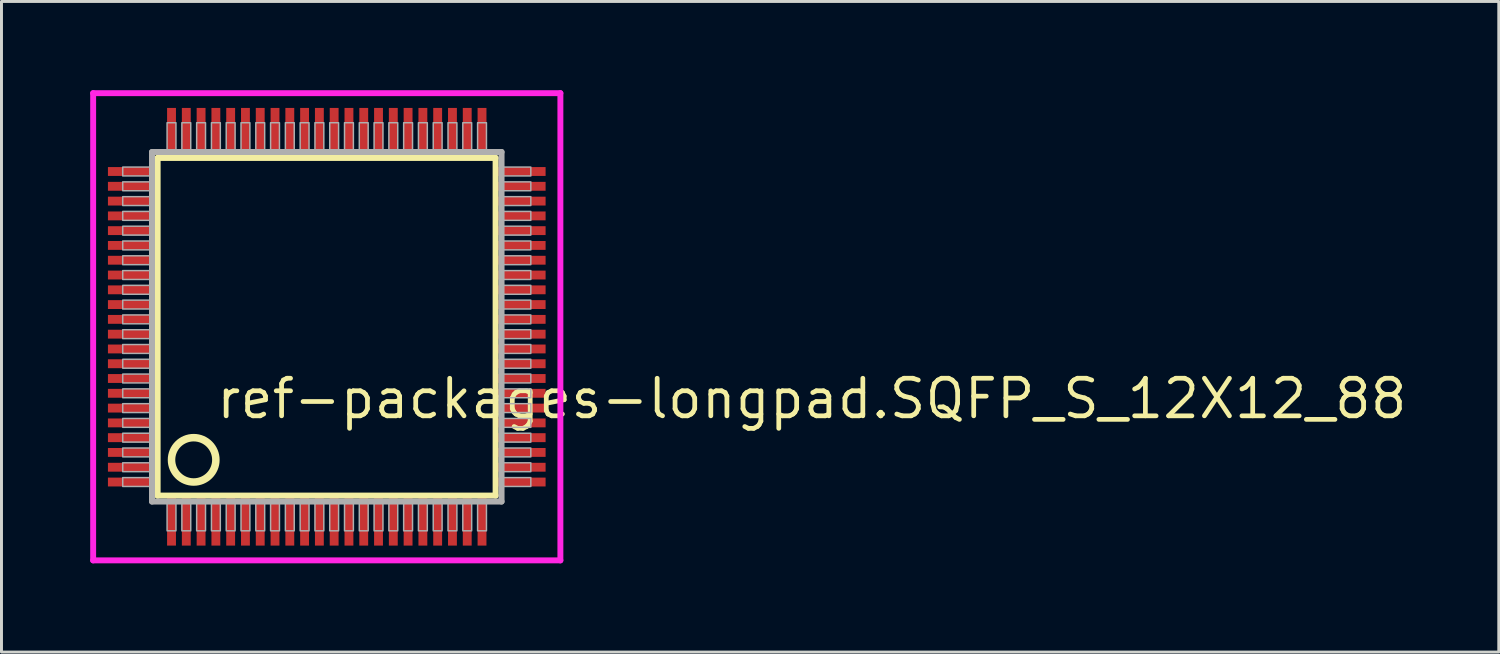
<source format=kicad_pcb>
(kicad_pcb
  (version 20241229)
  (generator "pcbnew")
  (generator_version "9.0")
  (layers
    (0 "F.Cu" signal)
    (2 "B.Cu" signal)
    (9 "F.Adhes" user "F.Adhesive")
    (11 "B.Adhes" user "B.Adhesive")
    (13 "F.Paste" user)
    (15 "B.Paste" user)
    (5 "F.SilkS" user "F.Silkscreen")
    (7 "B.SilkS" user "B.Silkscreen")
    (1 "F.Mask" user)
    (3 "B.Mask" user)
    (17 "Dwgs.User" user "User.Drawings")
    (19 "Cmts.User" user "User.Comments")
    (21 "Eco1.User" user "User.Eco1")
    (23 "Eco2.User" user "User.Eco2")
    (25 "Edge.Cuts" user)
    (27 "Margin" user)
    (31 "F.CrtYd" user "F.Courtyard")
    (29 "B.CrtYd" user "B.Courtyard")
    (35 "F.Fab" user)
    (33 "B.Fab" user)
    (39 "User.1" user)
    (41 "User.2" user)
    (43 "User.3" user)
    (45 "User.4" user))
  (footprint "ref-packages-longpad.SQFP_S_12X12_88"
    (layer "F.Cu")
    (at 8 8)
    (property "Reference" "ref-packages-longpad.SQFP_S_12X12_88" (at -3.81 3.175 0) (layer "F.SilkS") (effects (font (size 1.27 1.27) (thickness 0.16)) (justify left bottom)))
    (attr smd)
    (fp_line (start -5.72 -5.71) (end 5.71 -5.71) (stroke (width 0.203) (type default)) (layer "F.SilkS"))
    (fp_line (start -5.72 5.71) (end -5.72 -5.71) (stroke (width 0.203) (type default)) (layer "F.SilkS"))
    (fp_line (start 5.71 -5.71) (end 5.71 5.71) (stroke (width 0.203) (type default)) (layer "F.SilkS"))
    (fp_line (start 5.71 5.71) (end -5.72 5.71) (stroke (width 0.203) (type default)) (layer "F.SilkS"))
    (fp_circle (center -4.5 4.5) (end -3.75 4.5) (stroke (width 0.254) (type default)) (fill no) (layer "F.SilkS"))
    (fp_line (start -7.9 -7.9) (end 7.9 -7.9) (stroke (width 0.2) (type default)) (layer "F.CrtYd"))
    (fp_line (start -7.9 7.9) (end -7.9 -7.9) (stroke (width 0.2) (type default)) (layer "F.CrtYd"))
    (fp_line (start 7.9 -7.9) (end 7.9 7.9) (stroke (width 0.2) (type default)) (layer "F.CrtYd"))
    (fp_line (start 7.9 7.9) (end -7.9 7.9) (stroke (width 0.2) (type default)) (layer "F.CrtYd"))
    (fp_line (start -5.91 -5.91) (end -5.91 5.91) (stroke (width 0.203) (type default)) (layer "F.Fab"))
    (fp_line (start -5.91 5.91) (end 5.91 5.91) (stroke (width 0.203) (type default)) (layer "F.Fab"))
    (fp_line (start 5.91 -5.91) (end -5.91 -5.91) (stroke (width 0.203) (type default)) (layer "F.Fab"))
    (fp_line (start 5.91 5.91) (end 5.91 -5.91) (stroke (width 0.203) (type default)) (layer "F.Fab"))
    (fp_rect (start -6.9 -5.1) (end -5.95 -5.4) (stroke (width 0.05) (type default)) (fill no) (layer "F.Fab"))
    (fp_rect (start -6.9 -4.6) (end -5.95 -4.9) (stroke (width 0.05) (type default)) (fill no) (layer "F.Fab"))
    (fp_rect (start -6.9 -4.1) (end -5.95 -4.4) (stroke (width 0.05) (type default)) (fill no) (layer "F.Fab"))
    (fp_rect (start -6.9 -3.6) (end -5.95 -3.9) (stroke (width 0.05) (type default)) (fill no) (layer "F.Fab"))
    (fp_rect (start -6.9 -3.1) (end -5.95 -3.4) (stroke (width 0.05) (type default)) (fill no) (layer "F.Fab"))
    (fp_rect (start -6.9 -2.6) (end -5.95 -2.9) (stroke (width 0.05) (type default)) (fill no) (layer "F.Fab"))
    (fp_rect (start -6.9 -2.1) (end -5.95 -2.4) (stroke (width 0.05) (type default)) (fill no) (layer "F.Fab"))
    (fp_rect (start -6.9 -1.6) (end -5.95 -1.9) (stroke (width 0.05) (type default)) (fill no) (layer "F.Fab"))
    (fp_rect (start -6.9 -1.1) (end -5.95 -1.4) (stroke (width 0.05) (type default)) (fill no) (layer "F.Fab"))
    (fp_rect (start -6.9 -0.6) (end -5.95 -0.9) (stroke (width 0.05) (type default)) (fill no) (layer "F.Fab"))
    (fp_rect (start -6.9 -0.1) (end -5.95 -0.4) (stroke (width 0.05) (type default)) (fill no) (layer "F.Fab"))
    (fp_rect (start -6.9 0.4) (end -5.95 0.1) (stroke (width 0.05) (type default)) (fill no) (layer "F.Fab"))
    (fp_rect (start -6.9 0.9) (end -5.95 0.6) (stroke (width 0.05) (type default)) (fill no) (layer "F.Fab"))
    (fp_rect (start -6.9 1.4) (end -5.95 1.1) (stroke (width 0.05) (type default)) (fill no) (layer "F.Fab"))
    (fp_rect (start -6.9 1.9) (end -5.95 1.6) (stroke (width 0.05) (type default)) (fill no) (layer "F.Fab"))
    (fp_rect (start -6.9 2.4) (end -5.95 2.1) (stroke (width 0.05) (type default)) (fill no) (layer "F.Fab"))
    (fp_rect (start -6.9 2.9) (end -5.95 2.6) (stroke (width 0.05) (type default)) (fill no) (layer "F.Fab"))
    (fp_rect (start -6.9 3.4) (end -5.95 3.1) (stroke (width 0.05) (type default)) (fill no) (layer "F.Fab"))
    (fp_rect (start -6.9 3.9) (end -5.95 3.6) (stroke (width 0.05) (type default)) (fill no) (layer "F.Fab"))
    (fp_rect (start -6.9 4.4) (end -5.95 4.1) (stroke (width 0.05) (type default)) (fill no) (layer "F.Fab"))
    (fp_rect (start -6.9 4.9) (end -5.95 4.6) (stroke (width 0.05) (type default)) (fill no) (layer "F.Fab"))
    (fp_rect (start -6.9 5.4) (end -5.95 5.1) (stroke (width 0.05) (type default)) (fill no) (layer "F.Fab"))
    (fp_rect (start -5.4 -5.95) (end -5.1 -6.9) (stroke (width 0.05) (type default)) (fill no) (layer "F.Fab"))
    (fp_rect (start -5.4 6.9) (end -5.1 5.95) (stroke (width 0.05) (type default)) (fill no) (layer "F.Fab"))
    (fp_rect (start -4.9 -5.95) (end -4.6 -6.9) (stroke (width 0.05) (type default)) (fill no) (layer "F.Fab"))
    (fp_rect (start -4.9 6.9) (end -4.6 5.95) (stroke (width 0.05) (type default)) (fill no) (layer "F.Fab"))
    (fp_rect (start -4.4 -5.95) (end -4.1 -6.9) (stroke (width 0.05) (type default)) (fill no) (layer "F.Fab"))
    (fp_rect (start -4.4 6.9) (end -4.1 5.95) (stroke (width 0.05) (type default)) (fill no) (layer "F.Fab"))
    (fp_rect (start -3.9 -5.95) (end -3.6 -6.9) (stroke (width 0.05) (type default)) (fill no) (layer "F.Fab"))
    (fp_rect (start -3.9 6.9) (end -3.6 5.95) (stroke (width 0.05) (type default)) (fill no) (layer "F.Fab"))
    (fp_rect (start -3.4 -5.95) (end -3.1 -6.9) (stroke (width 0.05) (type default)) (fill no) (layer "F.Fab"))
    (fp_rect (start -3.4 6.9) (end -3.1 5.95) (stroke (width 0.05) (type default)) (fill no) (layer "F.Fab"))
    (fp_rect (start -2.9 -5.95) (end -2.6 -6.9) (stroke (width 0.05) (type default)) (fill no) (layer "F.Fab"))
    (fp_rect (start -2.9 6.9) (end -2.6 5.95) (stroke (width 0.05) (type default)) (fill no) (layer "F.Fab"))
    (fp_rect (start -2.4 -5.95) (end -2.1 -6.9) (stroke (width 0.05) (type default)) (fill no) (layer "F.Fab"))
    (fp_rect (start -2.4 6.9) (end -2.1 5.95) (stroke (width 0.05) (type default)) (fill no) (layer "F.Fab"))
    (fp_rect (start -1.9 -5.95) (end -1.6 -6.9) (stroke (width 0.05) (type default)) (fill no) (layer "F.Fab"))
    (fp_rect (start -1.9 6.9) (end -1.6 5.95) (stroke (width 0.05) (type default)) (fill no) (layer "F.Fab"))
    (fp_rect (start -1.4 -5.95) (end -1.1 -6.9) (stroke (width 0.05) (type default)) (fill no) (layer "F.Fab"))
    (fp_rect (start -1.4 6.9) (end -1.1 5.95) (stroke (width 0.05) (type default)) (fill no) (layer "F.Fab"))
    (fp_rect (start -0.9 -5.95) (end -0.6 -6.9) (stroke (width 0.05) (type default)) (fill no) (layer "F.Fab"))
    (fp_rect (start -0.9 6.9) (end -0.6 5.95) (stroke (width 0.05) (type default)) (fill no) (layer "F.Fab"))
    (fp_rect (start -0.4 -5.95) (end -0.1 -6.9) (stroke (width 0.05) (type default)) (fill no) (layer "F.Fab"))
    (fp_rect (start -0.4 6.9) (end -0.1 5.95) (stroke (width 0.05) (type default)) (fill no) (layer "F.Fab"))
    (fp_rect (start 0.1 -5.95) (end 0.4 -6.9) (stroke (width 0.05) (type default)) (fill no) (layer "F.Fab"))
    (fp_rect (start 0.1 6.9) (end 0.4 5.95) (stroke (width 0.05) (type default)) (fill no) (layer "F.Fab"))
    (fp_rect (start 0.6 -5.95) (end 0.9 -6.9) (stroke (width 0.05) (type default)) (fill no) (layer "F.Fab"))
    (fp_rect (start 0.6 6.9) (end 0.9 5.95) (stroke (width 0.05) (type default)) (fill no) (layer "F.Fab"))
    (fp_rect (start 1.1 -5.95) (end 1.4 -6.9) (stroke (width 0.05) (type default)) (fill no) (layer "F.Fab"))
    (fp_rect (start 1.1 6.9) (end 1.4 5.95) (stroke (width 0.05) (type default)) (fill no) (layer "F.Fab"))
    (fp_rect (start 1.6 -5.95) (end 1.9 -6.9) (stroke (width 0.05) (type default)) (fill no) (layer "F.Fab"))
    (fp_rect (start 1.6 6.9) (end 1.9 5.95) (stroke (width 0.05) (type default)) (fill no) (layer "F.Fab"))
    (fp_rect (start 2.1 -5.95) (end 2.4 -6.9) (stroke (width 0.05) (type default)) (fill no) (layer "F.Fab"))
    (fp_rect (start 2.1 6.9) (end 2.4 5.95) (stroke (width 0.05) (type default)) (fill no) (layer "F.Fab"))
    (fp_rect (start 2.6 -5.95) (end 2.9 -6.9) (stroke (width 0.05) (type default)) (fill no) (layer "F.Fab"))
    (fp_rect (start 2.6 6.9) (end 2.9 5.95) (stroke (width 0.05) (type default)) (fill no) (layer "F.Fab"))
    (fp_rect (start 3.1 -5.95) (end 3.4 -6.9) (stroke (width 0.05) (type default)) (fill no) (layer "F.Fab"))
    (fp_rect (start 3.1 6.9) (end 3.4 5.95) (stroke (width 0.05) (type default)) (fill no) (layer "F.Fab"))
    (fp_rect (start 3.6 -5.95) (end 3.9 -6.9) (stroke (width 0.05) (type default)) (fill no) (layer "F.Fab"))
    (fp_rect (start 3.6 6.9) (end 3.9 5.95) (stroke (width 0.05) (type default)) (fill no) (layer "F.Fab"))
    (fp_rect (start 4.1 -5.95) (end 4.4 -6.9) (stroke (width 0.05) (type default)) (fill no) (layer "F.Fab"))
    (fp_rect (start 4.1 6.9) (end 4.4 5.95) (stroke (width 0.05) (type default)) (fill no) (layer "F.Fab"))
    (fp_rect (start 4.6 -5.95) (end 4.9 -6.9) (stroke (width 0.05) (type default)) (fill no) (layer "F.Fab"))
    (fp_rect (start 4.6 6.9) (end 4.9 5.95) (stroke (width 0.05) (type default)) (fill no) (layer "F.Fab"))
    (fp_rect (start 5.1 -5.95) (end 5.4 -6.9) (stroke (width 0.05) (type default)) (fill no) (layer "F.Fab"))
    (fp_rect (start 5.1 6.9) (end 5.4 5.95) (stroke (width 0.05) (type default)) (fill no) (layer "F.Fab"))
    (fp_rect (start 5.95 -5.1) (end 6.9 -5.4) (stroke (width 0.05) (type default)) (fill no) (layer "F.Fab"))
    (fp_rect (start 5.95 -4.6) (end 6.9 -4.9) (stroke (width 0.05) (type default)) (fill no) (layer "F.Fab"))
    (fp_rect (start 5.95 -4.1) (end 6.9 -4.4) (stroke (width 0.05) (type default)) (fill no) (layer "F.Fab"))
    (fp_rect (start 5.95 -3.6) (end 6.9 -3.9) (stroke (width 0.05) (type default)) (fill no) (layer "F.Fab"))
    (fp_rect (start 5.95 -3.1) (end 6.9 -3.4) (stroke (width 0.05) (type default)) (fill no) (layer "F.Fab"))
    (fp_rect (start 5.95 -2.6) (end 6.9 -2.9) (stroke (width 0.05) (type default)) (fill no) (layer "F.Fab"))
    (fp_rect (start 5.95 -2.1) (end 6.9 -2.4) (stroke (width 0.05) (type default)) (fill no) (layer "F.Fab"))
    (fp_rect (start 5.95 -1.6) (end 6.9 -1.9) (stroke (width 0.05) (type default)) (fill no) (layer "F.Fab"))
    (fp_rect (start 5.95 -1.1) (end 6.9 -1.4) (stroke (width 0.05) (type default)) (fill no) (layer "F.Fab"))
    (fp_rect (start 5.95 -0.6) (end 6.9 -0.9) (stroke (width 0.05) (type default)) (fill no) (layer "F.Fab"))
    (fp_rect (start 5.95 -0.1) (end 6.9 -0.4) (stroke (width 0.05) (type default)) (fill no) (layer "F.Fab"))
    (fp_rect (start 5.95 0.4) (end 6.9 0.1) (stroke (width 0.05) (type default)) (fill no) (layer "F.Fab"))
    (fp_rect (start 5.95 0.9) (end 6.9 0.6) (stroke (width 0.05) (type default)) (fill no) (layer "F.Fab"))
    (fp_rect (start 5.95 1.4) (end 6.9 1.1) (stroke (width 0.05) (type default)) (fill no) (layer "F.Fab"))
    (fp_rect (start 5.95 1.9) (end 6.9 1.6) (stroke (width 0.05) (type default)) (fill no) (layer "F.Fab"))
    (fp_rect (start 5.95 2.4) (end 6.9 2.1) (stroke (width 0.05) (type default)) (fill no) (layer "F.Fab"))
    (fp_rect (start 5.95 2.9) (end 6.9 2.6) (stroke (width 0.05) (type default)) (fill no) (layer "F.Fab"))
    (fp_rect (start 5.95 3.4) (end 6.9 3.1) (stroke (width 0.05) (type default)) (fill no) (layer "F.Fab"))
    (fp_rect (start 5.95 3.9) (end 6.9 3.6) (stroke (width 0.05) (type default)) (fill no) (layer "F.Fab"))
    (fp_rect (start 5.95 4.4) (end 6.9 4.1) (stroke (width 0.05) (type default)) (fill no) (layer "F.Fab"))
    (fp_rect (start 5.95 4.9) (end 6.9 4.6) (stroke (width 0.05) (type default)) (fill no) (layer "F.Fab"))
    (fp_rect (start 5.95 5.4) (end 6.9 5.1) (stroke (width 0.05) (type default)) (fill no) (layer "F.Fab"))
    (pad "1" smd roundrect (at -5.25 6.6) (size 0.3 1.6) (layers "F.Cu" "F.Mask" "F.Paste") (roundrect_rratio 0.01))
    (pad "2" smd roundrect (at -4.75 6.6) (size 0.3 1.6) (layers "F.Cu" "F.Mask" "F.Paste") (roundrect_rratio 0.01))
    (pad "3" smd roundrect (at -4.25 6.6) (size 0.3 1.6) (layers "F.Cu" "F.Mask" "F.Paste") (roundrect_rratio 0.01))
    (pad "4" smd roundrect (at -3.75 6.6) (size 0.3 1.6) (layers "F.Cu" "F.Mask" "F.Paste") (roundrect_rratio 0.01))
    (pad "5" smd roundrect (at -3.25 6.6) (size 0.3 1.6) (layers "F.Cu" "F.Mask" "F.Paste") (roundrect_rratio 0.01))
    (pad "6" smd roundrect (at -2.75 6.6) (size 0.3 1.6) (layers "F.Cu" "F.Mask" "F.Paste") (roundrect_rratio 0.01))
    (pad "7" smd roundrect (at -2.25 6.6) (size 0.3 1.6) (layers "F.Cu" "F.Mask" "F.Paste") (roundrect_rratio 0.01))
    (pad "8" smd roundrect (at -1.75 6.6) (size 0.3 1.6) (layers "F.Cu" "F.Mask" "F.Paste") (roundrect_rratio 0.01))
    (pad "9" smd roundrect (at -1.25 6.6) (size 0.3 1.6) (layers "F.Cu" "F.Mask" "F.Paste") (roundrect_rratio 0.01))
    (pad "10" smd roundrect (at -0.75 6.6) (size 0.3 1.6) (layers "F.Cu" "F.Mask" "F.Paste") (roundrect_rratio 0.01))
    (pad "11" smd roundrect (at -0.25 6.6) (size 0.3 1.6) (layers "F.Cu" "F.Mask" "F.Paste") (roundrect_rratio 0.01))
    (pad "12" smd roundrect (at 0.25 6.6) (size 0.3 1.6) (layers "F.Cu" "F.Mask" "F.Paste") (roundrect_rratio 0.01))
    (pad "13" smd roundrect (at 0.75 6.6) (size 0.3 1.6) (layers "F.Cu" "F.Mask" "F.Paste") (roundrect_rratio 0.01))
    (pad "14" smd roundrect (at 1.25 6.6) (size 0.3 1.6) (layers "F.Cu" "F.Mask" "F.Paste") (roundrect_rratio 0.01))
    (pad "15" smd roundrect (at 1.75 6.6) (size 0.3 1.6) (layers "F.Cu" "F.Mask" "F.Paste") (roundrect_rratio 0.01))
    (pad "16" smd roundrect (at 2.25 6.6) (size 0.3 1.6) (layers "F.Cu" "F.Mask" "F.Paste") (roundrect_rratio 0.01))
    (pad "17" smd roundrect (at 2.75 6.6) (size 0.3 1.6) (layers "F.Cu" "F.Mask" "F.Paste") (roundrect_rratio 0.01))
    (pad "18" smd roundrect (at 3.25 6.6) (size 0.3 1.6) (layers "F.Cu" "F.Mask" "F.Paste") (roundrect_rratio 0.01))
    (pad "19" smd roundrect (at 3.75 6.6) (size 0.3 1.6) (layers "F.Cu" "F.Mask" "F.Paste") (roundrect_rratio 0.01))
    (pad "20" smd roundrect (at 4.25 6.6) (size 0.3 1.6) (layers "F.Cu" "F.Mask" "F.Paste") (roundrect_rratio 0.01))
    (pad "21" smd roundrect (at 4.75 6.6) (size 0.3 1.6) (layers "F.Cu" "F.Mask" "F.Paste") (roundrect_rratio 0.01))
    (pad "22" smd roundrect (at 5.25 6.6) (size 0.3 1.6) (layers "F.Cu" "F.Mask" "F.Paste") (roundrect_rratio 0.01))
    (pad "23" smd roundrect (at 6.6 5.25) (size 1.6 0.3) (layers "F.Cu" "F.Mask" "F.Paste") (roundrect_rratio 0.01))
    (pad "24" smd roundrect (at 6.6 4.75) (size 1.6 0.3) (layers "F.Cu" "F.Mask" "F.Paste") (roundrect_rratio 0.01))
    (pad "25" smd roundrect (at 6.6 4.25) (size 1.6 0.3) (layers "F.Cu" "F.Mask" "F.Paste") (roundrect_rratio 0.01))
    (pad "26" smd roundrect (at 6.6 3.75) (size 1.6 0.3) (layers "F.Cu" "F.Mask" "F.Paste") (roundrect_rratio 0.01))
    (pad "27" smd roundrect (at 6.6 3.25) (size 1.6 0.3) (layers "F.Cu" "F.Mask" "F.Paste") (roundrect_rratio 0.01))
    (pad "28" smd roundrect (at 6.6 2.75) (size 1.6 0.3) (layers "F.Cu" "F.Mask" "F.Paste") (roundrect_rratio 0.01))
    (pad "29" smd roundrect (at 6.6 2.25) (size 1.6 0.3) (layers "F.Cu" "F.Mask" "F.Paste") (roundrect_rratio 0.01))
    (pad "30" smd roundrect (at 6.6 1.75) (size 1.6 0.3) (layers "F.Cu" "F.Mask" "F.Paste") (roundrect_rratio 0.01))
    (pad "31" smd roundrect (at 6.6 1.25) (size 1.6 0.3) (layers "F.Cu" "F.Mask" "F.Paste") (roundrect_rratio 0.01))
    (pad "32" smd roundrect (at 6.6 0.75) (size 1.6 0.3) (layers "F.Cu" "F.Mask" "F.Paste") (roundrect_rratio 0.01))
    (pad "33" smd roundrect (at 6.6 0.25) (size 1.6 0.3) (layers "F.Cu" "F.Mask" "F.Paste") (roundrect_rratio 0.01))
    (pad "34" smd roundrect (at 6.6 -0.25) (size 1.6 0.3) (layers "F.Cu" "F.Mask" "F.Paste") (roundrect_rratio 0.01))
    (pad "35" smd roundrect (at 6.6 -0.75) (size 1.6 0.3) (layers "F.Cu" "F.Mask" "F.Paste") (roundrect_rratio 0.01))
    (pad "36" smd roundrect (at 6.6 -1.25) (size 1.6 0.3) (layers "F.Cu" "F.Mask" "F.Paste") (roundrect_rratio 0.01))
    (pad "37" smd roundrect (at 6.6 -1.75) (size 1.6 0.3) (layers "F.Cu" "F.Mask" "F.Paste") (roundrect_rratio 0.01))
    (pad "38" smd roundrect (at 6.6 -2.25) (size 1.6 0.3) (layers "F.Cu" "F.Mask" "F.Paste") (roundrect_rratio 0.01))
    (pad "39" smd roundrect (at 6.6 -2.75) (size 1.6 0.3) (layers "F.Cu" "F.Mask" "F.Paste") (roundrect_rratio 0.01))
    (pad "40" smd roundrect (at 6.6 -3.25) (size 1.6 0.3) (layers "F.Cu" "F.Mask" "F.Paste") (roundrect_rratio 0.01))
    (pad "41" smd roundrect (at 6.6 -3.75) (size 1.6 0.3) (layers "F.Cu" "F.Mask" "F.Paste") (roundrect_rratio 0.01))
    (pad "42" smd roundrect (at 6.6 -4.25) (size 1.6 0.3) (layers "F.Cu" "F.Mask" "F.Paste") (roundrect_rratio 0.01))
    (pad "43" smd roundrect (at 6.6 -4.75) (size 1.6 0.3) (layers "F.Cu" "F.Mask" "F.Paste") (roundrect_rratio 0.01))
    (pad "44" smd roundrect (at 6.6 -5.25) (size 1.6 0.3) (layers "F.Cu" "F.Mask" "F.Paste") (roundrect_rratio 0.01))
    (pad "45" smd roundrect (at 5.25 -6.6) (size 0.3 1.6) (layers "F.Cu" "F.Mask" "F.Paste") (roundrect_rratio 0.01))
    (pad "46" smd roundrect (at 4.75 -6.6) (size 0.3 1.6) (layers "F.Cu" "F.Mask" "F.Paste") (roundrect_rratio 0.01))
    (pad "47" smd roundrect (at 4.25 -6.6) (size 0.3 1.6) (layers "F.Cu" "F.Mask" "F.Paste") (roundrect_rratio 0.01))
    (pad "48" smd roundrect (at 3.75 -6.6) (size 0.3 1.6) (layers "F.Cu" "F.Mask" "F.Paste") (roundrect_rratio 0.01))
    (pad "49" smd roundrect (at 3.25 -6.6) (size 0.3 1.6) (layers "F.Cu" "F.Mask" "F.Paste") (roundrect_rratio 0.01))
    (pad "50" smd roundrect (at 2.75 -6.6) (size 0.3 1.6) (layers "F.Cu" "F.Mask" "F.Paste") (roundrect_rratio 0.01))
    (pad "51" smd roundrect (at 2.25 -6.6) (size 0.3 1.6) (layers "F.Cu" "F.Mask" "F.Paste") (roundrect_rratio 0.01))
    (pad "52" smd roundrect (at 1.75 -6.6) (size 0.3 1.6) (layers "F.Cu" "F.Mask" "F.Paste") (roundrect_rratio 0.01))
    (pad "53" smd roundrect (at 1.25 -6.6) (size 0.3 1.6) (layers "F.Cu" "F.Mask" "F.Paste") (roundrect_rratio 0.01))
    (pad "54" smd roundrect (at 0.75 -6.6) (size 0.3 1.6) (layers "F.Cu" "F.Mask" "F.Paste") (roundrect_rratio 0.01))
    (pad "55" smd roundrect (at 0.25 -6.6) (size 0.3 1.6) (layers "F.Cu" "F.Mask" "F.Paste") (roundrect_rratio 0.01))
    (pad "56" smd roundrect (at -0.25 -6.6) (size 0.3 1.6) (layers "F.Cu" "F.Mask" "F.Paste") (roundrect_rratio 0.01))
    (pad "57" smd roundrect (at -0.75 -6.6) (size 0.3 1.6) (layers "F.Cu" "F.Mask" "F.Paste") (roundrect_rratio 0.01))
    (pad "58" smd roundrect (at -1.25 -6.6) (size 0.3 1.6) (layers "F.Cu" "F.Mask" "F.Paste") (roundrect_rratio 0.01))
    (pad "59" smd roundrect (at -1.75 -6.6) (size 0.3 1.6) (layers "F.Cu" "F.Mask" "F.Paste") (roundrect_rratio 0.01))
    (pad "60" smd roundrect (at -2.25 -6.6) (size 0.3 1.6) (layers "F.Cu" "F.Mask" "F.Paste") (roundrect_rratio 0.01))
    (pad "61" smd roundrect (at -2.75 -6.6) (size 0.3 1.6) (layers "F.Cu" "F.Mask" "F.Paste") (roundrect_rratio 0.01))
    (pad "62" smd roundrect (at -3.25 -6.6) (size 0.3 1.6) (layers "F.Cu" "F.Mask" "F.Paste") (roundrect_rratio 0.01))
    (pad "63" smd roundrect (at -3.75 -6.6) (size 0.3 1.6) (layers "F.Cu" "F.Mask" "F.Paste") (roundrect_rratio 0.01))
    (pad "64" smd roundrect (at -4.25 -6.6) (size 0.3 1.6) (layers "F.Cu" "F.Mask" "F.Paste") (roundrect_rratio 0.01))
    (pad "65" smd roundrect (at -4.75 -6.6) (size 0.3 1.6) (layers "F.Cu" "F.Mask" "F.Paste") (roundrect_rratio 0.01))
    (pad "66" smd roundrect (at -5.25 -6.6) (size 0.3 1.6) (layers "F.Cu" "F.Mask" "F.Paste") (roundrect_rratio 0.01))
    (pad "67" smd roundrect (at -6.6 -5.25) (size 1.6 0.3) (layers "F.Cu" "F.Mask" "F.Paste") (roundrect_rratio 0.01))
    (pad "68" smd roundrect (at -6.6 -4.75) (size 1.6 0.3) (layers "F.Cu" "F.Mask" "F.Paste") (roundrect_rratio 0.01))
    (pad "69" smd roundrect (at -6.6 -4.25) (size 1.6 0.3) (layers "F.Cu" "F.Mask" "F.Paste") (roundrect_rratio 0.01))
    (pad "70" smd roundrect (at -6.6 -3.75) (size 1.6 0.3) (layers "F.Cu" "F.Mask" "F.Paste") (roundrect_rratio 0.01))
    (pad "71" smd roundrect (at -6.6 -3.25) (size 1.6 0.3) (layers "F.Cu" "F.Mask" "F.Paste") (roundrect_rratio 0.01))
    (pad "72" smd roundrect (at -6.6 -2.75) (size 1.6 0.3) (layers "F.Cu" "F.Mask" "F.Paste") (roundrect_rratio 0.01))
    (pad "73" smd roundrect (at -6.6 -2.25) (size 1.6 0.3) (layers "F.Cu" "F.Mask" "F.Paste") (roundrect_rratio 0.01))
    (pad "74" smd roundrect (at -6.6 -1.75) (size 1.6 0.3) (layers "F.Cu" "F.Mask" "F.Paste") (roundrect_rratio 0.01))
    (pad "75" smd roundrect (at -6.6 -1.25) (size 1.6 0.3) (layers "F.Cu" "F.Mask" "F.Paste") (roundrect_rratio 0.01))
    (pad "76" smd roundrect (at -6.6 -0.75) (size 1.6 0.3) (layers "F.Cu" "F.Mask" "F.Paste") (roundrect_rratio 0.01))
    (pad "77" smd roundrect (at -6.6 -0.25) (size 1.6 0.3) (layers "F.Cu" "F.Mask" "F.Paste") (roundrect_rratio 0.01))
    (pad "78" smd roundrect (at -6.6 0.25) (size 1.6 0.3) (layers "F.Cu" "F.Mask" "F.Paste") (roundrect_rratio 0.01))
    (pad "79" smd roundrect (at -6.6 0.75) (size 1.6 0.3) (layers "F.Cu" "F.Mask" "F.Paste") (roundrect_rratio 0.01))
    (pad "80" smd roundrect (at -6.6 1.25) (size 1.6 0.3) (layers "F.Cu" "F.Mask" "F.Paste") (roundrect_rratio 0.01))
    (pad "81" smd roundrect (at -6.6 1.75) (size 1.6 0.3) (layers "F.Cu" "F.Mask" "F.Paste") (roundrect_rratio 0.01))
    (pad "82" smd roundrect (at -6.6 2.25) (size 1.6 0.3) (layers "F.Cu" "F.Mask" "F.Paste") (roundrect_rratio 0.01))
    (pad "83" smd roundrect (at -6.6 2.75) (size 1.6 0.3) (layers "F.Cu" "F.Mask" "F.Paste") (roundrect_rratio 0.01))
    (pad "84" smd roundrect (at -6.6 3.25) (size 1.6 0.3) (layers "F.Cu" "F.Mask" "F.Paste") (roundrect_rratio 0.01))
    (pad "85" smd roundrect (at -6.6 3.75) (size 1.6 0.3) (layers "F.Cu" "F.Mask" "F.Paste") (roundrect_rratio 0.01))
    (pad "86" smd roundrect (at -6.6 4.25) (size 1.6 0.3) (layers "F.Cu" "F.Mask" "F.Paste") (roundrect_rratio 0.01))
    (pad "87" smd roundrect (at -6.6 4.75) (size 1.6 0.3) (layers "F.Cu" "F.Mask" "F.Paste") (roundrect_rratio 0.01))
    (pad "88" smd roundrect (at -6.6 5.25) (size 1.6 0.3) (layers "F.Cu" "F.Mask" "F.Paste") (roundrect_rratio 0.01)))
  (gr_rect
    (start -3 -3)
    (end 47.633 19)
    (stroke (width 0.1) (type default))
    (fill no)
    (layer "Edge.Cuts")))
</source>
